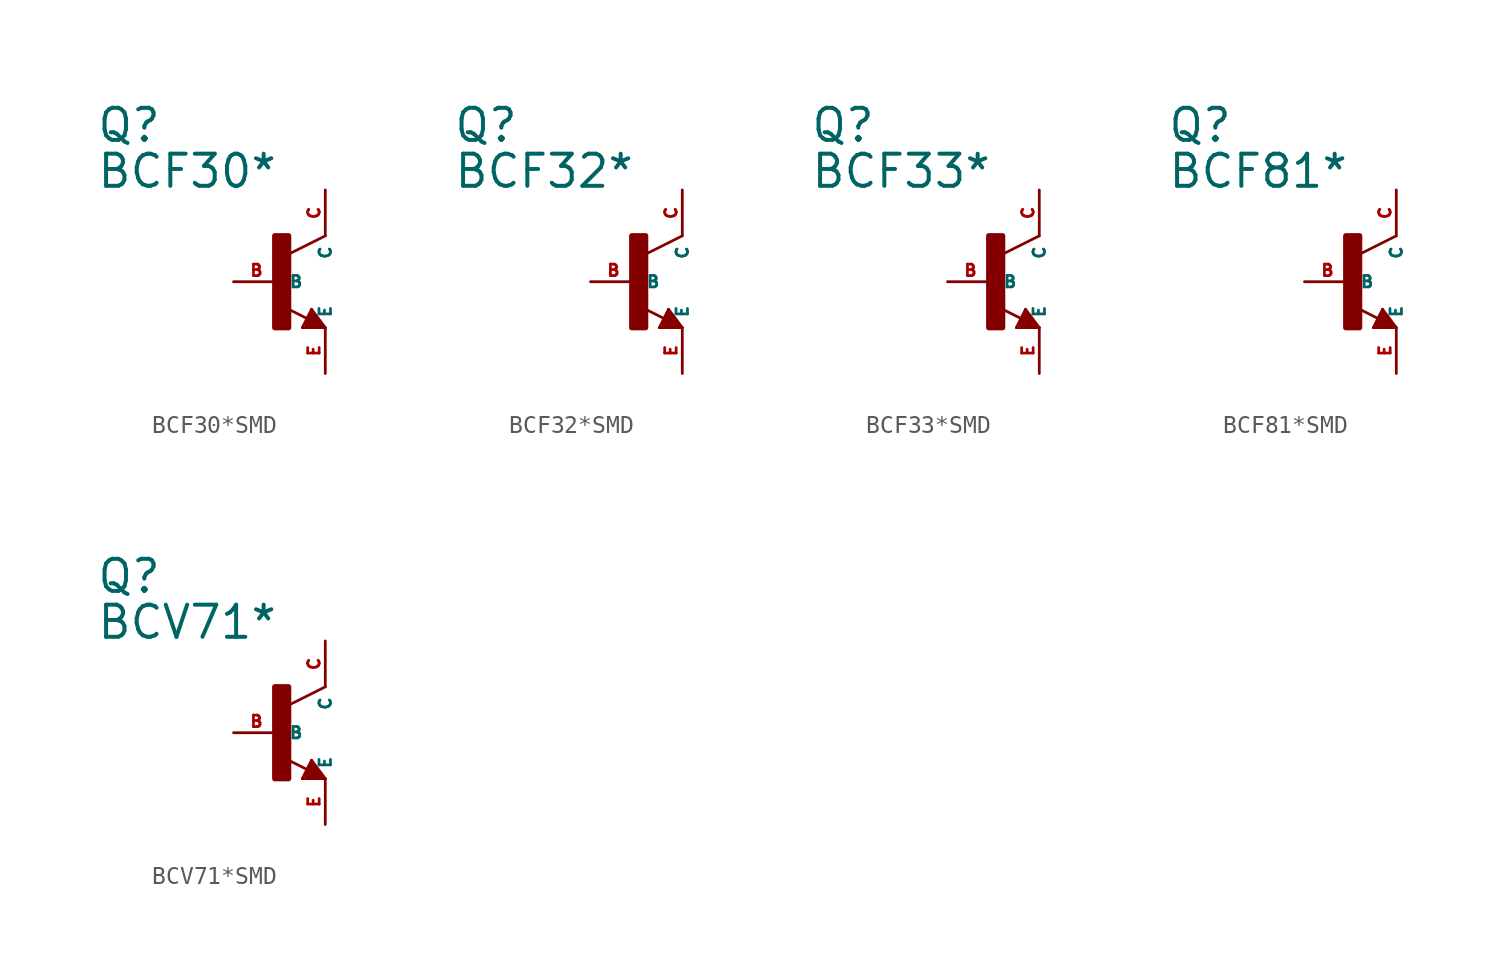
<source format=kicad_sym>
(kicad_symbol_lib
  (version 20220914)
  (generator Eagle2Kicad)
  (symbol "BCF30*SMD"
    (property "Reference" "Q"
      (at -10.16 7.62 0)
      (effects (font (size 1.778 1.778) (thickness 0.22)) (justify left bottom)))
    (property "Value" "BCF30*"
      (at -10.16 5.08 0)
      (effects (font (size 1.778 1.778) (thickness 0.22)) (justify left bottom)))
    (polyline
      (pts (xy 2.54 2.54) (xy 0.508 1.524))
      (stroke (width 0.152) (type default))
      (fill (type none)))
    (polyline
      (pts (xy 1.778 -1.524) (xy 2.54 -2.54))
      (stroke (width 0.152) (type default))
      (fill (type none)))
    (polyline
      (pts (xy 2.54 -2.54) (xy 1.27 -2.54))
      (stroke (width 0.152) (type default))
      (fill (type none)))
    (polyline
      (pts (xy 1.27 -2.54) (xy 1.778 -1.524))
      (stroke (width 0.152) (type default))
      (fill (type none)))
    (polyline
      (pts (xy 1.54 -2.04) (xy 0.308 -1.424))
      (stroke (width 0.152) (type default))
      (fill (type none)))
    (polyline
      (pts (xy 1.524 -2.413) (xy 2.286 -2.413))
      (stroke (width 0.254) (type default))
      (fill (type none)))
    (polyline
      (pts (xy 2.286 -2.413) (xy 1.778 -1.778))
      (stroke (width 0.254) (type default))
      (fill (type none)))
    (polyline
      (pts (xy 1.778 -1.778) (xy 1.524 -2.286))
      (stroke (width 0.254) (type default))
      (fill (type none)))
    (polyline
      (pts (xy 1.524 -2.286) (xy 1.905 -2.286))
      (stroke (width 0.254) (type default))
      (fill (type none)))
    (polyline
      (pts (xy 1.905 -2.286) (xy 1.778 -2.032))
      (stroke (width 0.254) (type default))
      (fill (type none)))
    (rectangle
      (start -0.254 -2.54)
      (end 0.508 2.54)
      (stroke (width 0.3) (type default))
      (fill (type outline)))
    (pin passive line
      (at -2.54 0 0)
      (length 2.54)
      (name "B" (effects (font (size 0.635 0.635) (thickness 0.08)) (justify left bottom)))
      (number "B" (effects (font (size 0.635 0.635) (thickness 0.08)) (justify left bottom))))
    (pin passive line
      (at 2.54 -5.08 90)
      (length 2.54)
      (name "E" (effects (font (size 0.635 0.635) (thickness 0.08)) (justify left bottom)))
      (number "E" (effects (font (size 0.635 0.635) (thickness 0.08)) (justify left bottom))))
    (pin passive line
      (at 2.54 5.08 270)
      (length 2.54)
      (name "C" (effects (font (size 0.635 0.635) (thickness 0.08)) (justify left bottom)))
      (number "C" (effects (font (size 0.635 0.635) (thickness 0.08)) (justify left bottom)))))
  (symbol "BCF32*SMD"
    (property "Reference" "Q"
      (at -10.16 7.62 0)
      (effects (font (size 1.778 1.778) (thickness 0.22)) (justify left bottom)))
    (property "Value" "BCF32*"
      (at -10.16 5.08 0)
      (effects (font (size 1.778 1.778) (thickness 0.22)) (justify left bottom)))
    (polyline
      (pts (xy 2.54 2.54) (xy 0.508 1.524))
      (stroke (width 0.152) (type default))
      (fill (type none)))
    (polyline
      (pts (xy 1.778 -1.524) (xy 2.54 -2.54))
      (stroke (width 0.152) (type default))
      (fill (type none)))
    (polyline
      (pts (xy 2.54 -2.54) (xy 1.27 -2.54))
      (stroke (width 0.152) (type default))
      (fill (type none)))
    (polyline
      (pts (xy 1.27 -2.54) (xy 1.778 -1.524))
      (stroke (width 0.152) (type default))
      (fill (type none)))
    (polyline
      (pts (xy 1.54 -2.04) (xy 0.308 -1.424))
      (stroke (width 0.152) (type default))
      (fill (type none)))
    (polyline
      (pts (xy 1.524 -2.413) (xy 2.286 -2.413))
      (stroke (width 0.254) (type default))
      (fill (type none)))
    (polyline
      (pts (xy 2.286 -2.413) (xy 1.778 -1.778))
      (stroke (width 0.254) (type default))
      (fill (type none)))
    (polyline
      (pts (xy 1.778 -1.778) (xy 1.524 -2.286))
      (stroke (width 0.254) (type default))
      (fill (type none)))
    (polyline
      (pts (xy 1.524 -2.286) (xy 1.905 -2.286))
      (stroke (width 0.254) (type default))
      (fill (type none)))
    (polyline
      (pts (xy 1.905 -2.286) (xy 1.778 -2.032))
      (stroke (width 0.254) (type default))
      (fill (type none)))
    (rectangle
      (start -0.254 -2.54)
      (end 0.508 2.54)
      (stroke (width 0.3) (type default))
      (fill (type outline)))
    (pin passive line
      (at -2.54 0 0)
      (length 2.54)
      (name "B" (effects (font (size 0.635 0.635) (thickness 0.08)) (justify left bottom)))
      (number "B" (effects (font (size 0.635 0.635) (thickness 0.08)) (justify left bottom))))
    (pin passive line
      (at 2.54 -5.08 90)
      (length 2.54)
      (name "E" (effects (font (size 0.635 0.635) (thickness 0.08)) (justify left bottom)))
      (number "E" (effects (font (size 0.635 0.635) (thickness 0.08)) (justify left bottom))))
    (pin passive line
      (at 2.54 5.08 270)
      (length 2.54)
      (name "C" (effects (font (size 0.635 0.635) (thickness 0.08)) (justify left bottom)))
      (number "C" (effects (font (size 0.635 0.635) (thickness 0.08)) (justify left bottom)))))
  (symbol "BCF33*SMD"
    (property "Reference" "Q"
      (at -10.16 7.62 0)
      (effects (font (size 1.778 1.778) (thickness 0.22)) (justify left bottom)))
    (property "Value" "BCF33*"
      (at -10.16 5.08 0)
      (effects (font (size 1.778 1.778) (thickness 0.22)) (justify left bottom)))
    (polyline
      (pts (xy 2.54 2.54) (xy 0.508 1.524))
      (stroke (width 0.152) (type default))
      (fill (type none)))
    (polyline
      (pts (xy 1.778 -1.524) (xy 2.54 -2.54))
      (stroke (width 0.152) (type default))
      (fill (type none)))
    (polyline
      (pts (xy 2.54 -2.54) (xy 1.27 -2.54))
      (stroke (width 0.152) (type default))
      (fill (type none)))
    (polyline
      (pts (xy 1.27 -2.54) (xy 1.778 -1.524))
      (stroke (width 0.152) (type default))
      (fill (type none)))
    (polyline
      (pts (xy 1.54 -2.04) (xy 0.308 -1.424))
      (stroke (width 0.152) (type default))
      (fill (type none)))
    (polyline
      (pts (xy 1.524 -2.413) (xy 2.286 -2.413))
      (stroke (width 0.254) (type default))
      (fill (type none)))
    (polyline
      (pts (xy 2.286 -2.413) (xy 1.778 -1.778))
      (stroke (width 0.254) (type default))
      (fill (type none)))
    (polyline
      (pts (xy 1.778 -1.778) (xy 1.524 -2.286))
      (stroke (width 0.254) (type default))
      (fill (type none)))
    (polyline
      (pts (xy 1.524 -2.286) (xy 1.905 -2.286))
      (stroke (width 0.254) (type default))
      (fill (type none)))
    (polyline
      (pts (xy 1.905 -2.286) (xy 1.778 -2.032))
      (stroke (width 0.254) (type default))
      (fill (type none)))
    (rectangle
      (start -0.254 -2.54)
      (end 0.508 2.54)
      (stroke (width 0.3) (type default))
      (fill (type outline)))
    (pin passive line
      (at -2.54 0 0)
      (length 2.54)
      (name "B" (effects (font (size 0.635 0.635) (thickness 0.08)) (justify left bottom)))
      (number "B" (effects (font (size 0.635 0.635) (thickness 0.08)) (justify left bottom))))
    (pin passive line
      (at 2.54 -5.08 90)
      (length 2.54)
      (name "E" (effects (font (size 0.635 0.635) (thickness 0.08)) (justify left bottom)))
      (number "E" (effects (font (size 0.635 0.635) (thickness 0.08)) (justify left bottom))))
    (pin passive line
      (at 2.54 5.08 270)
      (length 2.54)
      (name "C" (effects (font (size 0.635 0.635) (thickness 0.08)) (justify left bottom)))
      (number "C" (effects (font (size 0.635 0.635) (thickness 0.08)) (justify left bottom)))))
  (symbol "BCF81*SMD"
    (property "Reference" "Q"
      (at -10.16 7.62 0)
      (effects (font (size 1.778 1.778) (thickness 0.22)) (justify left bottom)))
    (property "Value" "BCF81*"
      (at -10.16 5.08 0)
      (effects (font (size 1.778 1.778) (thickness 0.22)) (justify left bottom)))
    (polyline
      (pts (xy 2.54 2.54) (xy 0.508 1.524))
      (stroke (width 0.152) (type default))
      (fill (type none)))
    (polyline
      (pts (xy 1.778 -1.524) (xy 2.54 -2.54))
      (stroke (width 0.152) (type default))
      (fill (type none)))
    (polyline
      (pts (xy 2.54 -2.54) (xy 1.27 -2.54))
      (stroke (width 0.152) (type default))
      (fill (type none)))
    (polyline
      (pts (xy 1.27 -2.54) (xy 1.778 -1.524))
      (stroke (width 0.152) (type default))
      (fill (type none)))
    (polyline
      (pts (xy 1.54 -2.04) (xy 0.308 -1.424))
      (stroke (width 0.152) (type default))
      (fill (type none)))
    (polyline
      (pts (xy 1.524 -2.413) (xy 2.286 -2.413))
      (stroke (width 0.254) (type default))
      (fill (type none)))
    (polyline
      (pts (xy 2.286 -2.413) (xy 1.778 -1.778))
      (stroke (width 0.254) (type default))
      (fill (type none)))
    (polyline
      (pts (xy 1.778 -1.778) (xy 1.524 -2.286))
      (stroke (width 0.254) (type default))
      (fill (type none)))
    (polyline
      (pts (xy 1.524 -2.286) (xy 1.905 -2.286))
      (stroke (width 0.254) (type default))
      (fill (type none)))
    (polyline
      (pts (xy 1.905 -2.286) (xy 1.778 -2.032))
      (stroke (width 0.254) (type default))
      (fill (type none)))
    (rectangle
      (start -0.254 -2.54)
      (end 0.508 2.54)
      (stroke (width 0.3) (type default))
      (fill (type outline)))
    (pin passive line
      (at -2.54 0 0)
      (length 2.54)
      (name "B" (effects (font (size 0.635 0.635) (thickness 0.08)) (justify left bottom)))
      (number "B" (effects (font (size 0.635 0.635) (thickness 0.08)) (justify left bottom))))
    (pin passive line
      (at 2.54 -5.08 90)
      (length 2.54)
      (name "E" (effects (font (size 0.635 0.635) (thickness 0.08)) (justify left bottom)))
      (number "E" (effects (font (size 0.635 0.635) (thickness 0.08)) (justify left bottom))))
    (pin passive line
      (at 2.54 5.08 270)
      (length 2.54)
      (name "C" (effects (font (size 0.635 0.635) (thickness 0.08)) (justify left bottom)))
      (number "C" (effects (font (size 0.635 0.635) (thickness 0.08)) (justify left bottom)))))
  (symbol "BCV71*SMD"
    (property "Reference" "Q"
      (at -10.16 7.62 0)
      (effects (font (size 1.778 1.778) (thickness 0.22)) (justify left bottom)))
    (property "Value" "BCV71*"
      (at -10.16 5.08 0)
      (effects (font (size 1.778 1.778) (thickness 0.22)) (justify left bottom)))
    (polyline
      (pts (xy 2.54 2.54) (xy 0.508 1.524))
      (stroke (width 0.152) (type default))
      (fill (type none)))
    (polyline
      (pts (xy 1.778 -1.524) (xy 2.54 -2.54))
      (stroke (width 0.152) (type default))
      (fill (type none)))
    (polyline
      (pts (xy 2.54 -2.54) (xy 1.27 -2.54))
      (stroke (width 0.152) (type default))
      (fill (type none)))
    (polyline
      (pts (xy 1.27 -2.54) (xy 1.778 -1.524))
      (stroke (width 0.152) (type default))
      (fill (type none)))
    (polyline
      (pts (xy 1.54 -2.04) (xy 0.308 -1.424))
      (stroke (width 0.152) (type default))
      (fill (type none)))
    (polyline
      (pts (xy 1.524 -2.413) (xy 2.286 -2.413))
      (stroke (width 0.254) (type default))
      (fill (type none)))
    (polyline
      (pts (xy 2.286 -2.413) (xy 1.778 -1.778))
      (stroke (width 0.254) (type default))
      (fill (type none)))
    (polyline
      (pts (xy 1.778 -1.778) (xy 1.524 -2.286))
      (stroke (width 0.254) (type default))
      (fill (type none)))
    (polyline
      (pts (xy 1.524 -2.286) (xy 1.905 -2.286))
      (stroke (width 0.254) (type default))
      (fill (type none)))
    (polyline
      (pts (xy 1.905 -2.286) (xy 1.778 -2.032))
      (stroke (width 0.254) (type default))
      (fill (type none)))
    (rectangle
      (start -0.254 -2.54)
      (end 0.508 2.54)
      (stroke (width 0.3) (type default))
      (fill (type outline)))
    (pin passive line
      (at -2.54 0 0)
      (length 2.54)
      (name "B" (effects (font (size 0.635 0.635) (thickness 0.08)) (justify left bottom)))
      (number "B" (effects (font (size 0.635 0.635) (thickness 0.08)) (justify left bottom))))
    (pin passive line
      (at 2.54 -5.08 90)
      (length 2.54)
      (name "E" (effects (font (size 0.635 0.635) (thickness 0.08)) (justify left bottom)))
      (number "E" (effects (font (size 0.635 0.635) (thickness 0.08)) (justify left bottom))))
    (pin passive line
      (at 2.54 5.08 270)
      (length 2.54)
      (name "C" (effects (font (size 0.635 0.635) (thickness 0.08)) (justify left bottom)))
      (number "C" (effects (font (size 0.635 0.635) (thickness 0.08)) (justify left bottom))))))
</source>
